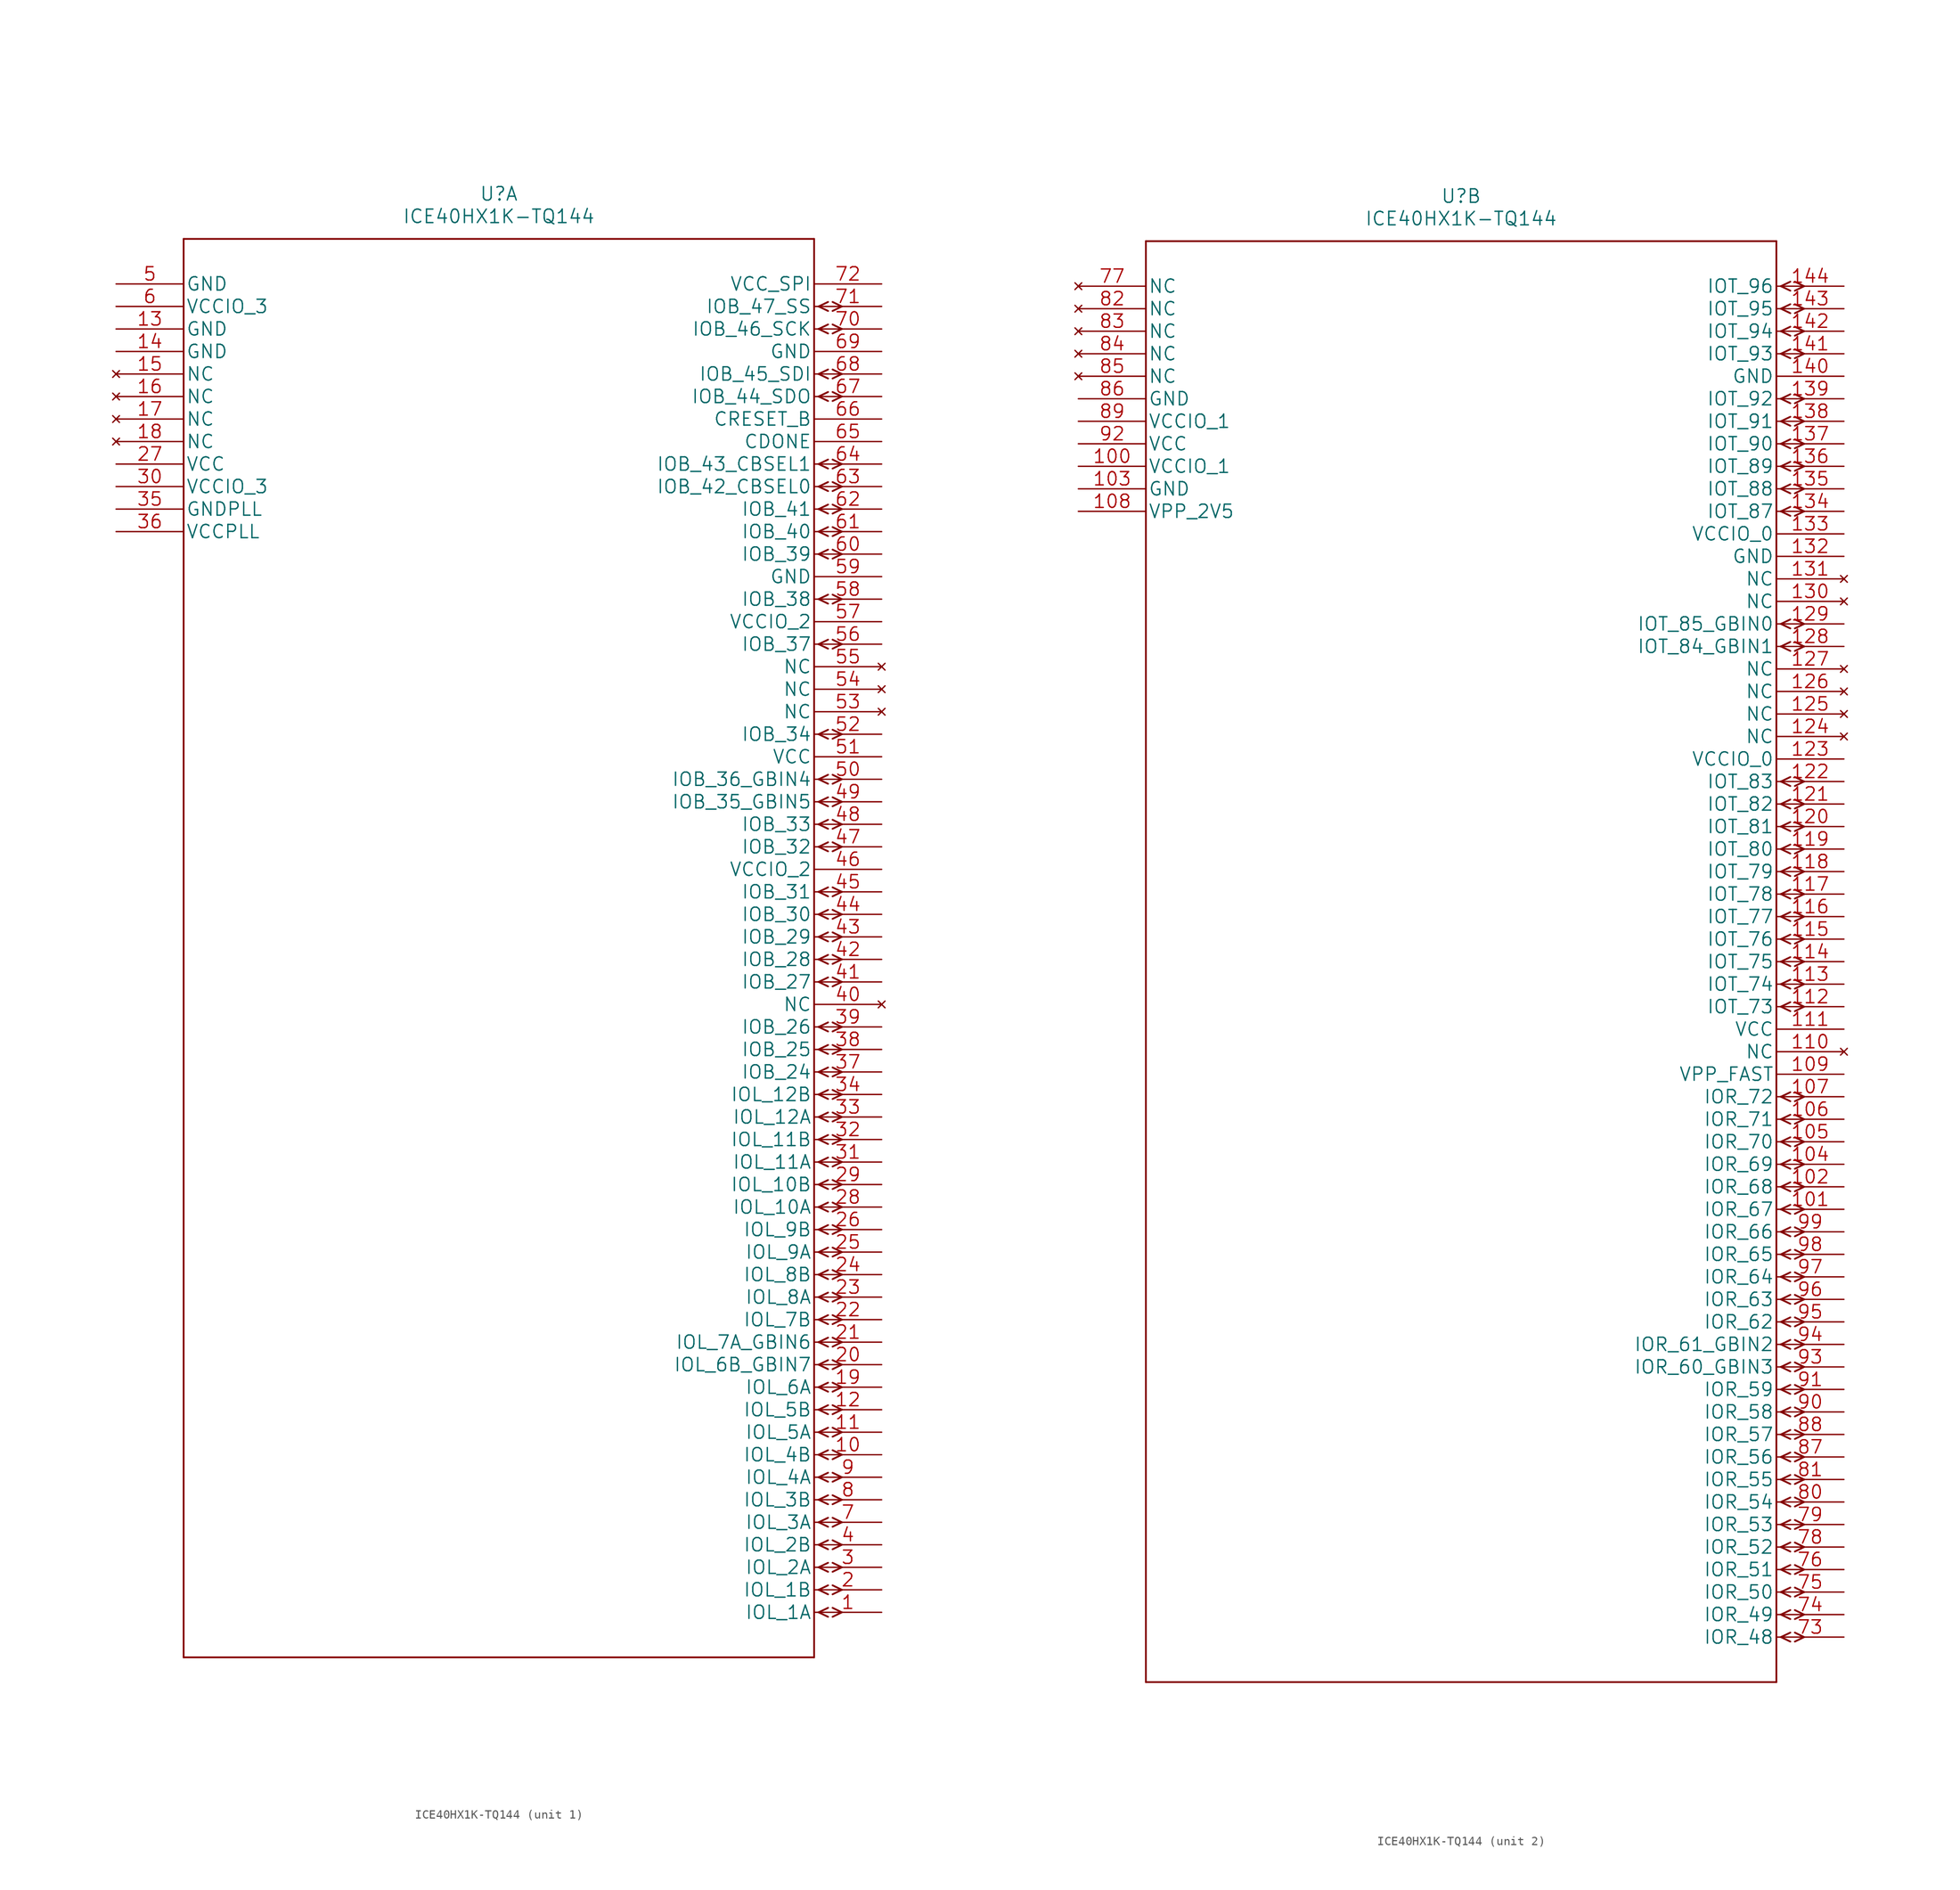
<source format=kicad_sym>
(kicad_symbol_lib
  (version 20220914)
  (generator kicad_symbol_editor)
  (symbol "ICE40HX1K-TQ144"
    (pin_names
      (offset 0.254))
    (property "Reference" "U"
      (at 43.18 10.16 0)
      (effects (font (size 1.524 1.524))))
    (property "Value" "ICE40HX1K-TQ144"
      (at 43.18 7.62 0)
      (effects (font (size 1.524 1.524))))
    (property "Datasheet" ""
      (at 0 0 0)
      (effects (font (size 1.524 1.524))))
    (symbol "ICE40HX1K-TQ144_1_1"
      (polyline (pts (xy 7.62 -154.94) (xy 78.74 -154.94)) (stroke (width 0.203) (type solid)) (fill (type none)))
      (polyline (pts (xy 7.62 5.08) (xy 7.62 -154.94)) (stroke (width 0.203) (type solid)) (fill (type none)))
      (polyline (pts (xy 78.74 -154.94) (xy 78.74 5.08)) (stroke (width 0.203) (type solid)) (fill (type none)))
      (polyline (pts (xy 78.74 5.08) (xy 7.62 5.08)) (stroke (width 0.203) (type solid)) (fill (type none)))
      (polyline (pts (xy 79.248 -149.86) (xy 80.315 -150.368)) (stroke (width 0.203) (type solid)) (fill (type none)))
      (polyline (pts (xy 79.248 -149.86) (xy 80.315 -149.352)) (stroke (width 0.203) (type solid)) (fill (type none)))
      (polyline (pts (xy 79.248 -147.32) (xy 80.315 -147.828)) (stroke (width 0.203) (type solid)) (fill (type none)))
      (polyline (pts (xy 79.248 -147.32) (xy 80.315 -146.812)) (stroke (width 0.203) (type solid)) (fill (type none)))
      (polyline (pts (xy 79.248 -144.78) (xy 80.315 -145.288)) (stroke (width 0.203) (type solid)) (fill (type none)))
      (polyline (pts (xy 79.248 -144.78) (xy 80.315 -144.272)) (stroke (width 0.203) (type solid)) (fill (type none)))
      (polyline (pts (xy 79.248 -142.24) (xy 80.315 -142.748)) (stroke (width 0.203) (type solid)) (fill (type none)))
      (polyline (pts (xy 79.248 -142.24) (xy 80.315 -141.732)) (stroke (width 0.203) (type solid)) (fill (type none)))
      (polyline (pts (xy 79.248 -139.7) (xy 80.315 -140.208)) (stroke (width 0.203) (type solid)) (fill (type none)))
      (polyline (pts (xy 79.248 -139.7) (xy 80.315 -139.192)) (stroke (width 0.203) (type solid)) (fill (type none)))
      (polyline (pts (xy 79.248 -137.16) (xy 80.315 -137.668)) (stroke (width 0.203) (type solid)) (fill (type none)))
      (polyline (pts (xy 79.248 -137.16) (xy 80.315 -136.652)) (stroke (width 0.203) (type solid)) (fill (type none)))
      (polyline (pts (xy 79.248 -134.62) (xy 80.315 -135.128)) (stroke (width 0.203) (type solid)) (fill (type none)))
      (polyline (pts (xy 79.248 -134.62) (xy 80.315 -134.112)) (stroke (width 0.203) (type solid)) (fill (type none)))
      (polyline (pts (xy 79.248 -132.08) (xy 80.315 -132.588)) (stroke (width 0.203) (type solid)) (fill (type none)))
      (polyline (pts (xy 79.248 -132.08) (xy 80.315 -131.572)) (stroke (width 0.203) (type solid)) (fill (type none)))
      (polyline (pts (xy 79.248 -129.54) (xy 80.315 -130.048)) (stroke (width 0.203) (type solid)) (fill (type none)))
      (polyline (pts (xy 79.248 -129.54) (xy 80.315 -129.032)) (stroke (width 0.203) (type solid)) (fill (type none)))
      (polyline (pts (xy 79.248 -127) (xy 80.315 -127.508)) (stroke (width 0.203) (type solid)) (fill (type none)))
      (polyline (pts (xy 79.248 -127) (xy 80.315 -126.492)) (stroke (width 0.203) (type solid)) (fill (type none)))
      (polyline (pts (xy 79.248 -124.46) (xy 80.315 -124.968)) (stroke (width 0.203) (type solid)) (fill (type none)))
      (polyline (pts (xy 79.248 -124.46) (xy 80.315 -123.952)) (stroke (width 0.203) (type solid)) (fill (type none)))
      (polyline (pts (xy 79.248 -121.92) (xy 80.315 -122.428)) (stroke (width 0.203) (type solid)) (fill (type none)))
      (polyline (pts (xy 79.248 -121.92) (xy 80.315 -121.412)) (stroke (width 0.203) (type solid)) (fill (type none)))
      (polyline (pts (xy 79.248 -119.38) (xy 80.315 -119.888)) (stroke (width 0.203) (type solid)) (fill (type none)))
      (polyline (pts (xy 79.248 -119.38) (xy 80.315 -118.872)) (stroke (width 0.203) (type solid)) (fill (type none)))
      (polyline (pts (xy 79.248 -116.84) (xy 80.315 -117.348)) (stroke (width 0.203) (type solid)) (fill (type none)))
      (polyline (pts (xy 79.248 -116.84) (xy 80.315 -116.332)) (stroke (width 0.203) (type solid)) (fill (type none)))
      (polyline (pts (xy 79.248 -114.3) (xy 80.315 -114.808)) (stroke (width 0.203) (type solid)) (fill (type none)))
      (polyline (pts (xy 79.248 -114.3) (xy 80.315 -113.792)) (stroke (width 0.203) (type solid)) (fill (type none)))
      (polyline (pts (xy 79.248 -111.76) (xy 80.315 -112.268)) (stroke (width 0.203) (type solid)) (fill (type none)))
      (polyline (pts (xy 79.248 -111.76) (xy 80.315 -111.252)) (stroke (width 0.203) (type solid)) (fill (type none)))
      (polyline (pts (xy 79.248 -109.22) (xy 80.315 -109.728)) (stroke (width 0.203) (type solid)) (fill (type none)))
      (polyline (pts (xy 79.248 -109.22) (xy 80.315 -108.712)) (stroke (width 0.203) (type solid)) (fill (type none)))
      (polyline (pts (xy 79.248 -106.68) (xy 80.315 -107.188)) (stroke (width 0.203) (type solid)) (fill (type none)))
      (polyline (pts (xy 79.248 -106.68) (xy 80.315 -106.172)) (stroke (width 0.203) (type solid)) (fill (type none)))
      (polyline (pts (xy 79.248 -104.14) (xy 80.315 -104.648)) (stroke (width 0.203) (type solid)) (fill (type none)))
      (polyline (pts (xy 79.248 -104.14) (xy 80.315 -103.632)) (stroke (width 0.203) (type solid)) (fill (type none)))
      (polyline (pts (xy 79.248 -101.6) (xy 80.315 -102.108)) (stroke (width 0.203) (type solid)) (fill (type none)))
      (polyline (pts (xy 79.248 -101.6) (xy 80.315 -101.092)) (stroke (width 0.203) (type solid)) (fill (type none)))
      (polyline (pts (xy 79.248 -99.06) (xy 80.315 -99.568)) (stroke (width 0.203) (type solid)) (fill (type none)))
      (polyline (pts (xy 79.248 -99.06) (xy 80.315 -98.552)) (stroke (width 0.203) (type solid)) (fill (type none)))
      (polyline (pts (xy 79.248 -96.52) (xy 80.315 -97.028)) (stroke (width 0.203) (type solid)) (fill (type none)))
      (polyline (pts (xy 79.248 -96.52) (xy 80.315 -96.012)) (stroke (width 0.203) (type solid)) (fill (type none)))
      (polyline (pts (xy 79.248 -93.98) (xy 80.315 -94.488)) (stroke (width 0.203) (type solid)) (fill (type none)))
      (polyline (pts (xy 79.248 -93.98) (xy 80.315 -93.472)) (stroke (width 0.203) (type solid)) (fill (type none)))
      (polyline (pts (xy 79.248 -91.44) (xy 80.315 -91.948)) (stroke (width 0.203) (type solid)) (fill (type none)))
      (polyline (pts (xy 79.248 -91.44) (xy 80.315 -90.932)) (stroke (width 0.203) (type solid)) (fill (type none)))
      (polyline (pts (xy 79.248 -88.9) (xy 80.315 -89.408)) (stroke (width 0.203) (type solid)) (fill (type none)))
      (polyline (pts (xy 79.248 -88.9) (xy 80.315 -88.392)) (stroke (width 0.203) (type solid)) (fill (type none)))
      (polyline (pts (xy 79.248 -86.36) (xy 80.315 -86.868)) (stroke (width 0.203) (type solid)) (fill (type none)))
      (polyline (pts (xy 79.248 -86.36) (xy 80.315 -85.852)) (stroke (width 0.203) (type solid)) (fill (type none)))
      (polyline (pts (xy 79.248 -83.82) (xy 80.315 -84.328)) (stroke (width 0.203) (type solid)) (fill (type none)))
      (polyline (pts (xy 79.248 -83.82) (xy 80.315 -83.312)) (stroke (width 0.203) (type solid)) (fill (type none)))
      (polyline (pts (xy 79.248 -78.74) (xy 80.315 -79.248)) (stroke (width 0.203) (type solid)) (fill (type none)))
      (polyline (pts (xy 79.248 -78.74) (xy 80.315 -78.232)) (stroke (width 0.203) (type solid)) (fill (type none)))
      (polyline (pts (xy 79.248 -76.2) (xy 80.315 -76.708)) (stroke (width 0.203) (type solid)) (fill (type none)))
      (polyline (pts (xy 79.248 -76.2) (xy 80.315 -75.692)) (stroke (width 0.203) (type solid)) (fill (type none)))
      (polyline (pts (xy 79.248 -73.66) (xy 80.315 -74.168)) (stroke (width 0.203) (type solid)) (fill (type none)))
      (polyline (pts (xy 79.248 -73.66) (xy 80.315 -73.152)) (stroke (width 0.203) (type solid)) (fill (type none)))
      (polyline (pts (xy 79.248 -71.12) (xy 80.315 -71.628)) (stroke (width 0.203) (type solid)) (fill (type none)))
      (polyline (pts (xy 79.248 -71.12) (xy 80.315 -70.612)) (stroke (width 0.203) (type solid)) (fill (type none)))
      (polyline (pts (xy 79.248 -68.58) (xy 80.315 -69.088)) (stroke (width 0.203) (type solid)) (fill (type none)))
      (polyline (pts (xy 79.248 -68.58) (xy 80.315 -68.072)) (stroke (width 0.203) (type solid)) (fill (type none)))
      (polyline (pts (xy 79.248 -63.5) (xy 80.315 -64.008)) (stroke (width 0.203) (type solid)) (fill (type none)))
      (polyline (pts (xy 79.248 -63.5) (xy 80.315 -62.992)) (stroke (width 0.203) (type solid)) (fill (type none)))
      (polyline (pts (xy 79.248 -60.96) (xy 80.315 -61.468)) (stroke (width 0.203) (type solid)) (fill (type none)))
      (polyline (pts (xy 79.248 -60.96) (xy 80.315 -60.452)) (stroke (width 0.203) (type solid)) (fill (type none)))
      (polyline (pts (xy 79.248 -58.42) (xy 80.315 -58.928)) (stroke (width 0.203) (type solid)) (fill (type none)))
      (polyline (pts (xy 79.248 -58.42) (xy 80.315 -57.912)) (stroke (width 0.203) (type solid)) (fill (type none)))
      (polyline (pts (xy 79.248 -55.88) (xy 80.315 -56.388)) (stroke (width 0.203) (type solid)) (fill (type none)))
      (polyline (pts (xy 79.248 -55.88) (xy 80.315 -55.372)) (stroke (width 0.203) (type solid)) (fill (type none)))
      (polyline (pts (xy 79.248 -50.8) (xy 80.315 -51.308)) (stroke (width 0.203) (type solid)) (fill (type none)))
      (polyline (pts (xy 79.248 -50.8) (xy 80.315 -50.292)) (stroke (width 0.203) (type solid)) (fill (type none)))
      (polyline (pts (xy 79.248 -40.64) (xy 80.315 -41.148)) (stroke (width 0.203) (type solid)) (fill (type none)))
      (polyline (pts (xy 79.248 -40.64) (xy 80.315 -40.132)) (stroke (width 0.203) (type solid)) (fill (type none)))
      (polyline (pts (xy 79.248 -35.56) (xy 80.315 -36.068)) (stroke (width 0.203) (type solid)) (fill (type none)))
      (polyline (pts (xy 79.248 -35.56) (xy 80.315 -35.052)) (stroke (width 0.203) (type solid)) (fill (type none)))
      (polyline (pts (xy 79.248 -30.48) (xy 80.315 -30.988)) (stroke (width 0.203) (type solid)) (fill (type none)))
      (polyline (pts (xy 79.248 -30.48) (xy 80.315 -29.972)) (stroke (width 0.203) (type solid)) (fill (type none)))
      (polyline (pts (xy 79.248 -27.94) (xy 80.315 -28.448)) (stroke (width 0.203) (type solid)) (fill (type none)))
      (polyline (pts (xy 79.248 -27.94) (xy 80.315 -27.432)) (stroke (width 0.203) (type solid)) (fill (type none)))
      (polyline (pts (xy 79.248 -25.4) (xy 80.315 -25.908)) (stroke (width 0.203) (type solid)) (fill (type none)))
      (polyline (pts (xy 79.248 -25.4) (xy 80.315 -24.892)) (stroke (width 0.203) (type solid)) (fill (type none)))
      (polyline (pts (xy 79.248 -22.86) (xy 80.315 -23.368)) (stroke (width 0.203) (type solid)) (fill (type none)))
      (polyline (pts (xy 79.248 -22.86) (xy 80.315 -22.352)) (stroke (width 0.203) (type solid)) (fill (type none)))
      (polyline (pts (xy 79.248 -20.32) (xy 80.315 -20.828)) (stroke (width 0.203) (type solid)) (fill (type none)))
      (polyline (pts (xy 79.248 -20.32) (xy 80.315 -19.812)) (stroke (width 0.203) (type solid)) (fill (type none)))
      (polyline (pts (xy 79.248 -12.7) (xy 80.315 -13.208)) (stroke (width 0.203) (type solid)) (fill (type none)))
      (polyline (pts (xy 79.248 -12.7) (xy 80.315 -12.192)) (stroke (width 0.203) (type solid)) (fill (type none)))
      (polyline (pts (xy 79.248 -10.16) (xy 80.315 -10.668)) (stroke (width 0.203) (type solid)) (fill (type none)))
      (polyline (pts (xy 79.248 -10.16) (xy 80.315 -9.652)) (stroke (width 0.203) (type solid)) (fill (type none)))
      (polyline (pts (xy 79.248 -5.08) (xy 80.315 -5.588)) (stroke (width 0.203) (type solid)) (fill (type none)))
      (polyline (pts (xy 79.248 -5.08) (xy 80.315 -4.572)) (stroke (width 0.203) (type solid)) (fill (type none)))
      (polyline (pts (xy 79.248 -2.54) (xy 80.315 -3.048)) (stroke (width 0.203) (type solid)) (fill (type none)))
      (polyline (pts (xy 79.248 -2.54) (xy 80.315 -2.032)) (stroke (width 0.203) (type solid)) (fill (type none)))
      (polyline (pts (xy 80.823 -150.368) (xy 81.864 -149.86)) (stroke (width 0.203) (type solid)) (fill (type none)))
      (polyline (pts (xy 80.823 -149.352) (xy 81.864 -149.86)) (stroke (width 0.203) (type solid)) (fill (type none)))
      (polyline (pts (xy 80.823 -147.828) (xy 81.864 -147.32)) (stroke (width 0.203) (type solid)) (fill (type none)))
      (polyline (pts (xy 80.823 -146.812) (xy 81.864 -147.32)) (stroke (width 0.203) (type solid)) (fill (type none)))
      (polyline (pts (xy 80.823 -145.288) (xy 81.864 -144.78)) (stroke (width 0.203) (type solid)) (fill (type none)))
      (polyline (pts (xy 80.823 -144.272) (xy 81.864 -144.78)) (stroke (width 0.203) (type solid)) (fill (type none)))
      (polyline (pts (xy 80.823 -142.748) (xy 81.864 -142.24)) (stroke (width 0.203) (type solid)) (fill (type none)))
      (polyline (pts (xy 80.823 -141.732) (xy 81.864 -142.24)) (stroke (width 0.203) (type solid)) (fill (type none)))
      (polyline (pts (xy 80.823 -140.208) (xy 81.864 -139.7)) (stroke (width 0.203) (type solid)) (fill (type none)))
      (polyline (pts (xy 80.823 -139.192) (xy 81.864 -139.7)) (stroke (width 0.203) (type solid)) (fill (type none)))
      (polyline (pts (xy 80.823 -137.668) (xy 81.864 -137.16)) (stroke (width 0.203) (type solid)) (fill (type none)))
      (polyline (pts (xy 80.823 -136.652) (xy 81.864 -137.16)) (stroke (width 0.203) (type solid)) (fill (type none)))
      (polyline (pts (xy 80.823 -135.128) (xy 81.864 -134.62)) (stroke (width 0.203) (type solid)) (fill (type none)))
      (polyline (pts (xy 80.823 -134.112) (xy 81.864 -134.62)) (stroke (width 0.203) (type solid)) (fill (type none)))
      (polyline (pts (xy 80.823 -132.588) (xy 81.864 -132.08)) (stroke (width 0.203) (type solid)) (fill (type none)))
      (polyline (pts (xy 80.823 -131.572) (xy 81.864 -132.08)) (stroke (width 0.203) (type solid)) (fill (type none)))
      (polyline (pts (xy 80.823 -130.048) (xy 81.864 -129.54)) (stroke (width 0.203) (type solid)) (fill (type none)))
      (polyline (pts (xy 80.823 -129.032) (xy 81.864 -129.54)) (stroke (width 0.203) (type solid)) (fill (type none)))
      (polyline (pts (xy 80.823 -127.508) (xy 81.864 -127)) (stroke (width 0.203) (type solid)) (fill (type none)))
      (polyline (pts (xy 80.823 -126.492) (xy 81.864 -127)) (stroke (width 0.203) (type solid)) (fill (type none)))
      (polyline (pts (xy 80.823 -124.968) (xy 81.864 -124.46)) (stroke (width 0.203) (type solid)) (fill (type none)))
      (polyline (pts (xy 80.823 -123.952) (xy 81.864 -124.46)) (stroke (width 0.203) (type solid)) (fill (type none)))
      (polyline (pts (xy 80.823 -122.428) (xy 81.864 -121.92)) (stroke (width 0.203) (type solid)) (fill (type none)))
      (polyline (pts (xy 80.823 -121.412) (xy 81.864 -121.92)) (stroke (width 0.203) (type solid)) (fill (type none)))
      (polyline (pts (xy 80.823 -119.888) (xy 81.864 -119.38)) (stroke (width 0.203) (type solid)) (fill (type none)))
      (polyline (pts (xy 80.823 -118.872) (xy 81.864 -119.38)) (stroke (width 0.203) (type solid)) (fill (type none)))
      (polyline (pts (xy 80.823 -117.348) (xy 81.864 -116.84)) (stroke (width 0.203) (type solid)) (fill (type none)))
      (polyline (pts (xy 80.823 -116.332) (xy 81.864 -116.84)) (stroke (width 0.203) (type solid)) (fill (type none)))
      (polyline (pts (xy 80.823 -114.808) (xy 81.864 -114.3)) (stroke (width 0.203) (type solid)) (fill (type none)))
      (polyline (pts (xy 80.823 -113.792) (xy 81.864 -114.3)) (stroke (width 0.203) (type solid)) (fill (type none)))
      (polyline (pts (xy 80.823 -112.268) (xy 81.864 -111.76)) (stroke (width 0.203) (type solid)) (fill (type none)))
      (polyline (pts (xy 80.823 -111.252) (xy 81.864 -111.76)) (stroke (width 0.203) (type solid)) (fill (type none)))
      (polyline (pts (xy 80.823 -109.728) (xy 81.864 -109.22)) (stroke (width 0.203) (type solid)) (fill (type none)))
      (polyline (pts (xy 80.823 -108.712) (xy 81.864 -109.22)) (stroke (width 0.203) (type solid)) (fill (type none)))
      (polyline (pts (xy 80.823 -107.188) (xy 81.864 -106.68)) (stroke (width 0.203) (type solid)) (fill (type none)))
      (polyline (pts (xy 80.823 -106.172) (xy 81.864 -106.68)) (stroke (width 0.203) (type solid)) (fill (type none)))
      (polyline (pts (xy 80.823 -104.648) (xy 81.864 -104.14)) (stroke (width 0.203) (type solid)) (fill (type none)))
      (polyline (pts (xy 80.823 -103.632) (xy 81.864 -104.14)) (stroke (width 0.203) (type solid)) (fill (type none)))
      (polyline (pts (xy 80.823 -102.108) (xy 81.864 -101.6)) (stroke (width 0.203) (type solid)) (fill (type none)))
      (polyline (pts (xy 80.823 -101.092) (xy 81.864 -101.6)) (stroke (width 0.203) (type solid)) (fill (type none)))
      (polyline (pts (xy 80.823 -99.568) (xy 81.864 -99.06)) (stroke (width 0.203) (type solid)) (fill (type none)))
      (polyline (pts (xy 80.823 -98.552) (xy 81.864 -99.06)) (stroke (width 0.203) (type solid)) (fill (type none)))
      (polyline (pts (xy 80.823 -97.028) (xy 81.864 -96.52)) (stroke (width 0.203) (type solid)) (fill (type none)))
      (polyline (pts (xy 80.823 -96.012) (xy 81.864 -96.52)) (stroke (width 0.203) (type solid)) (fill (type none)))
      (polyline (pts (xy 80.823 -94.488) (xy 81.864 -93.98)) (stroke (width 0.203) (type solid)) (fill (type none)))
      (polyline (pts (xy 80.823 -93.472) (xy 81.864 -93.98)) (stroke (width 0.203) (type solid)) (fill (type none)))
      (polyline (pts (xy 80.823 -91.948) (xy 81.864 -91.44)) (stroke (width 0.203) (type solid)) (fill (type none)))
      (polyline (pts (xy 80.823 -90.932) (xy 81.864 -91.44)) (stroke (width 0.203) (type solid)) (fill (type none)))
      (polyline (pts (xy 80.823 -89.408) (xy 81.864 -88.9)) (stroke (width 0.203) (type solid)) (fill (type none)))
      (polyline (pts (xy 80.823 -88.392) (xy 81.864 -88.9)) (stroke (width 0.203) (type solid)) (fill (type none)))
      (polyline (pts (xy 80.823 -86.868) (xy 81.864 -86.36)) (stroke (width 0.203) (type solid)) (fill (type none)))
      (polyline (pts (xy 80.823 -85.852) (xy 81.864 -86.36)) (stroke (width 0.203) (type solid)) (fill (type none)))
      (polyline (pts (xy 80.823 -84.328) (xy 81.864 -83.82)) (stroke (width 0.203) (type solid)) (fill (type none)))
      (polyline (pts (xy 80.823 -83.312) (xy 81.864 -83.82)) (stroke (width 0.203) (type solid)) (fill (type none)))
      (polyline (pts (xy 80.823 -79.248) (xy 81.864 -78.74)) (stroke (width 0.203) (type solid)) (fill (type none)))
      (polyline (pts (xy 80.823 -78.232) (xy 81.864 -78.74)) (stroke (width 0.203) (type solid)) (fill (type none)))
      (polyline (pts (xy 80.823 -76.708) (xy 81.864 -76.2)) (stroke (width 0.203) (type solid)) (fill (type none)))
      (polyline (pts (xy 80.823 -75.692) (xy 81.864 -76.2)) (stroke (width 0.203) (type solid)) (fill (type none)))
      (polyline (pts (xy 80.823 -74.168) (xy 81.864 -73.66)) (stroke (width 0.203) (type solid)) (fill (type none)))
      (polyline (pts (xy 80.823 -73.152) (xy 81.864 -73.66)) (stroke (width 0.203) (type solid)) (fill (type none)))
      (polyline (pts (xy 80.823 -71.628) (xy 81.864 -71.12)) (stroke (width 0.203) (type solid)) (fill (type none)))
      (polyline (pts (xy 80.823 -70.612) (xy 81.864 -71.12)) (stroke (width 0.203) (type solid)) (fill (type none)))
      (polyline (pts (xy 80.823 -69.088) (xy 81.864 -68.58)) (stroke (width 0.203) (type solid)) (fill (type none)))
      (polyline (pts (xy 80.823 -68.072) (xy 81.864 -68.58)) (stroke (width 0.203) (type solid)) (fill (type none)))
      (polyline (pts (xy 80.823 -64.008) (xy 81.864 -63.5)) (stroke (width 0.203) (type solid)) (fill (type none)))
      (polyline (pts (xy 80.823 -62.992) (xy 81.864 -63.5)) (stroke (width 0.203) (type solid)) (fill (type none)))
      (polyline (pts (xy 80.823 -61.468) (xy 81.864 -60.96)) (stroke (width 0.203) (type solid)) (fill (type none)))
      (polyline (pts (xy 80.823 -60.452) (xy 81.864 -60.96)) (stroke (width 0.203) (type solid)) (fill (type none)))
      (polyline (pts (xy 80.823 -58.928) (xy 81.864 -58.42)) (stroke (width 0.203) (type solid)) (fill (type none)))
      (polyline (pts (xy 80.823 -57.912) (xy 81.864 -58.42)) (stroke (width 0.203) (type solid)) (fill (type none)))
      (polyline (pts (xy 80.823 -56.388) (xy 81.864 -55.88)) (stroke (width 0.203) (type solid)) (fill (type none)))
      (polyline (pts (xy 80.823 -55.372) (xy 81.864 -55.88)) (stroke (width 0.203) (type solid)) (fill (type none)))
      (polyline (pts (xy 80.823 -51.308) (xy 81.864 -50.8)) (stroke (width 0.203) (type solid)) (fill (type none)))
      (polyline (pts (xy 80.823 -50.292) (xy 81.864 -50.8)) (stroke (width 0.203) (type solid)) (fill (type none)))
      (polyline (pts (xy 80.823 -41.148) (xy 81.864 -40.64)) (stroke (width 0.203) (type solid)) (fill (type none)))
      (polyline (pts (xy 80.823 -40.132) (xy 81.864 -40.64)) (stroke (width 0.203) (type solid)) (fill (type none)))
      (polyline (pts (xy 80.823 -36.068) (xy 81.864 -35.56)) (stroke (width 0.203) (type solid)) (fill (type none)))
      (polyline (pts (xy 80.823 -35.052) (xy 81.864 -35.56)) (stroke (width 0.203) (type solid)) (fill (type none)))
      (polyline (pts (xy 80.823 -30.988) (xy 81.864 -30.48)) (stroke (width 0.203) (type solid)) (fill (type none)))
      (polyline (pts (xy 80.823 -29.972) (xy 81.864 -30.48)) (stroke (width 0.203) (type solid)) (fill (type none)))
      (polyline (pts (xy 80.823 -28.448) (xy 81.864 -27.94)) (stroke (width 0.203) (type solid)) (fill (type none)))
      (polyline (pts (xy 80.823 -27.432) (xy 81.864 -27.94)) (stroke (width 0.203) (type solid)) (fill (type none)))
      (polyline (pts (xy 80.823 -25.908) (xy 81.864 -25.4)) (stroke (width 0.203) (type solid)) (fill (type none)))
      (polyline (pts (xy 80.823 -24.892) (xy 81.864 -25.4)) (stroke (width 0.203) (type solid)) (fill (type none)))
      (polyline (pts (xy 80.823 -23.368) (xy 81.864 -22.86)) (stroke (width 0.203) (type solid)) (fill (type none)))
      (polyline (pts (xy 80.823 -22.352) (xy 81.864 -22.86)) (stroke (width 0.203) (type solid)) (fill (type none)))
      (polyline (pts (xy 80.823 -20.828) (xy 81.864 -20.32)) (stroke (width 0.203) (type solid)) (fill (type none)))
      (polyline (pts (xy 80.823 -19.812) (xy 81.864 -20.32)) (stroke (width 0.203) (type solid)) (fill (type none)))
      (polyline (pts (xy 80.823 -13.208) (xy 81.864 -12.7)) (stroke (width 0.203) (type solid)) (fill (type none)))
      (polyline (pts (xy 80.823 -12.192) (xy 81.864 -12.7)) (stroke (width 0.203) (type solid)) (fill (type none)))
      (polyline (pts (xy 80.823 -10.668) (xy 81.864 -10.16)) (stroke (width 0.203) (type solid)) (fill (type none)))
      (polyline (pts (xy 80.823 -9.652) (xy 81.864 -10.16)) (stroke (width 0.203) (type solid)) (fill (type none)))
      (polyline (pts (xy 80.823 -5.588) (xy 81.864 -5.08)) (stroke (width 0.203) (type solid)) (fill (type none)))
      (polyline (pts (xy 80.823 -4.572) (xy 81.864 -5.08)) (stroke (width 0.203) (type solid)) (fill (type none)))
      (polyline (pts (xy 80.823 -3.048) (xy 81.864 -2.54)) (stroke (width 0.203) (type solid)) (fill (type none)))
      (polyline (pts (xy 80.823 -2.032) (xy 81.864 -2.54)) (stroke (width 0.203) (type solid)) (fill (type none)))
      (pin bidirectional line (at 86.36 -149.86 180) (length 7.62) (name "IOL_1A" (effects (font (size 1.499 1.499)))) (number "1" (effects (font (size 1.499 1.499)))))
      (pin bidirectional line (at 86.36 -132.08 180) (length 7.62) (name "IOL_4B" (effects (font (size 1.499 1.499)))) (number "10" (effects (font (size 1.499 1.499)))))
      (pin bidirectional line (at 86.36 -129.54 180) (length 7.62) (name "IOL_5A" (effects (font (size 1.499 1.499)))) (number "11" (effects (font (size 1.499 1.499)))))
      (pin bidirectional line (at 86.36 -127 180) (length 7.62) (name "IOL_5B" (effects (font (size 1.499 1.499)))) (number "12" (effects (font (size 1.499 1.499)))))
      (pin power_in line (at 0 -5.08 0) (length 7.62) (name "GND" (effects (font (size 1.499 1.499)))) (number "13" (effects (font (size 1.499 1.499)))))
      (pin power_in line (at 0 -7.62 0) (length 7.62) (name "GND" (effects (font (size 1.499 1.499)))) (number "14" (effects (font (size 1.499 1.499)))))
      (pin no_connect line (at 0 -10.16 0) (length 7.62) (name "NC" (effects (font (size 1.499 1.499)))) (number "15" (effects (font (size 1.499 1.499)))))
      (pin no_connect line (at 0 -12.7 0) (length 7.62) (name "NC" (effects (font (size 1.499 1.499)))) (number "16" (effects (font (size 1.499 1.499)))))
      (pin no_connect line (at 0 -15.24 0) (length 7.62) (name "NC" (effects (font (size 1.499 1.499)))) (number "17" (effects (font (size 1.499 1.499)))))
      (pin no_connect line (at 0 -17.78 0) (length 7.62) (name "NC" (effects (font (size 1.499 1.499)))) (number "18" (effects (font (size 1.499 1.499)))))
      (pin bidirectional line (at 86.36 -124.46 180) (length 7.62) (name "IOL_6A" (effects (font (size 1.499 1.499)))) (number "19" (effects (font (size 1.499 1.499)))))
      (pin bidirectional line (at 86.36 -147.32 180) (length 7.62) (name "IOL_1B" (effects (font (size 1.499 1.499)))) (number "2" (effects (font (size 1.499 1.499)))))
      (pin bidirectional line (at 86.36 -121.92 180) (length 7.62) (name "IOL_6B_GBIN7" (effects (font (size 1.499 1.499)))) (number "20" (effects (font (size 1.499 1.499)))))
      (pin bidirectional line (at 86.36 -119.38 180) (length 7.62) (name "IOL_7A_GBIN6" (effects (font (size 1.499 1.499)))) (number "21" (effects (font (size 1.499 1.499)))))
      (pin bidirectional line (at 86.36 -116.84 180) (length 7.62) (name "IOL_7B" (effects (font (size 1.499 1.499)))) (number "22" (effects (font (size 1.499 1.499)))))
      (pin bidirectional line (at 86.36 -114.3 180) (length 7.62) (name "IOL_8A" (effects (font (size 1.499 1.499)))) (number "23" (effects (font (size 1.499 1.499)))))
      (pin bidirectional line (at 86.36 -111.76 180) (length 7.62) (name "IOL_8B" (effects (font (size 1.499 1.499)))) (number "24" (effects (font (size 1.499 1.499)))))
      (pin bidirectional line (at 86.36 -109.22 180) (length 7.62) (name "IOL_9A" (effects (font (size 1.499 1.499)))) (number "25" (effects (font (size 1.499 1.499)))))
      (pin bidirectional line (at 86.36 -106.68 180) (length 7.62) (name "IOL_9B" (effects (font (size 1.499 1.499)))) (number "26" (effects (font (size 1.499 1.499)))))
      (pin power_in line (at 0 -20.32 0) (length 7.62) (name "VCC" (effects (font (size 1.499 1.499)))) (number "27" (effects (font (size 1.499 1.499)))))
      (pin bidirectional line (at 86.36 -104.14 180) (length 7.62) (name "IOL_10A" (effects (font (size 1.499 1.499)))) (number "28" (effects (font (size 1.499 1.499)))))
      (pin bidirectional line (at 86.36 -101.6 180) (length 7.62) (name "IOL_10B" (effects (font (size 1.499 1.499)))) (number "29" (effects (font (size 1.499 1.499)))))
      (pin bidirectional line (at 86.36 -144.78 180) (length 7.62) (name "IOL_2A" (effects (font (size 1.499 1.499)))) (number "3" (effects (font (size 1.499 1.499)))))
      (pin power_in line (at 0 -22.86 0) (length 7.62) (name "VCCIO_3" (effects (font (size 1.499 1.499)))) (number "30" (effects (font (size 1.499 1.499)))))
      (pin bidirectional line (at 86.36 -99.06 180) (length 7.62) (name "IOL_11A" (effects (font (size 1.499 1.499)))) (number "31" (effects (font (size 1.499 1.499)))))
      (pin bidirectional line (at 86.36 -96.52 180) (length 7.62) (name "IOL_11B" (effects (font (size 1.499 1.499)))) (number "32" (effects (font (size 1.499 1.499)))))
      (pin bidirectional line (at 86.36 -93.98 180) (length 7.62) (name "IOL_12A" (effects (font (size 1.499 1.499)))) (number "33" (effects (font (size 1.499 1.499)))))
      (pin bidirectional line (at 86.36 -91.44 180) (length 7.62) (name "IOL_12B" (effects (font (size 1.499 1.499)))) (number "34" (effects (font (size 1.499 1.499)))))
      (pin power_in line (at 0 -25.4 0) (length 7.62) (name "GNDPLL" (effects (font (size 1.499 1.499)))) (number "35" (effects (font (size 1.499 1.499)))))
      (pin power_in line (at 0 -27.94 0) (length 7.62) (name "VCCPLL" (effects (font (size 1.499 1.499)))) (number "36" (effects (font (size 1.499 1.499)))))
      (pin bidirectional line (at 86.36 -88.9 180) (length 7.62) (name "IOB_24" (effects (font (size 1.499 1.499)))) (number "37" (effects (font (size 1.499 1.499)))))
      (pin bidirectional line (at 86.36 -86.36 180) (length 7.62) (name "IOB_25" (effects (font (size 1.499 1.499)))) (number "38" (effects (font (size 1.499 1.499)))))
      (pin bidirectional line (at 86.36 -83.82 180) (length 7.62) (name "IOB_26" (effects (font (size 1.499 1.499)))) (number "39" (effects (font (size 1.499 1.499)))))
      (pin bidirectional line (at 86.36 -142.24 180) (length 7.62) (name "IOL_2B" (effects (font (size 1.499 1.499)))) (number "4" (effects (font (size 1.499 1.499)))))
      (pin no_connect line (at 86.36 -81.28 180) (length 7.62) (name "NC" (effects (font (size 1.499 1.499)))) (number "40" (effects (font (size 1.499 1.499)))))
      (pin bidirectional line (at 86.36 -78.74 180) (length 7.62) (name "IOB_27" (effects (font (size 1.499 1.499)))) (number "41" (effects (font (size 1.499 1.499)))))
      (pin bidirectional line (at 86.36 -76.2 180) (length 7.62) (name "IOB_28" (effects (font (size 1.499 1.499)))) (number "42" (effects (font (size 1.499 1.499)))))
      (pin bidirectional line (at 86.36 -73.66 180) (length 7.62) (name "IOB_29" (effects (font (size 1.499 1.499)))) (number "43" (effects (font (size 1.499 1.499)))))
      (pin bidirectional line (at 86.36 -71.12 180) (length 7.62) (name "IOB_30" (effects (font (size 1.499 1.499)))) (number "44" (effects (font (size 1.499 1.499)))))
      (pin bidirectional line (at 86.36 -68.58 180) (length 7.62) (name "IOB_31" (effects (font (size 1.499 1.499)))) (number "45" (effects (font (size 1.499 1.499)))))
      (pin power_in line (at 86.36 -66.04 180) (length 7.62) (name "VCCIO_2" (effects (font (size 1.499 1.499)))) (number "46" (effects (font (size 1.499 1.499)))))
      (pin bidirectional line (at 86.36 -63.5 180) (length 7.62) (name "IOB_32" (effects (font (size 1.499 1.499)))) (number "47" (effects (font (size 1.499 1.499)))))
      (pin bidirectional line (at 86.36 -60.96 180) (length 7.62) (name "IOB_33" (effects (font (size 1.499 1.499)))) (number "48" (effects (font (size 1.499 1.499)))))
      (pin bidirectional line (at 86.36 -58.42 180) (length 7.62) (name "IOB_35_GBIN5" (effects (font (size 1.499 1.499)))) (number "49" (effects (font (size 1.499 1.499)))))
      (pin power_in line (at 0 0 0) (length 7.62) (name "GND" (effects (font (size 1.499 1.499)))) (number "5" (effects (font (size 1.499 1.499)))))
      (pin bidirectional line (at 86.36 -55.88 180) (length 7.62) (name "IOB_36_GBIN4" (effects (font (size 1.499 1.499)))) (number "50" (effects (font (size 1.499 1.499)))))
      (pin power_in line (at 86.36 -53.34 180) (length 7.62) (name "VCC" (effects (font (size 1.499 1.499)))) (number "51" (effects (font (size 1.499 1.499)))))
      (pin bidirectional line (at 86.36 -50.8 180) (length 7.62) (name "IOB_34" (effects (font (size 1.499 1.499)))) (number "52" (effects (font (size 1.499 1.499)))))
      (pin no_connect line (at 86.36 -48.26 180) (length 7.62) (name "NC" (effects (font (size 1.499 1.499)))) (number "53" (effects (font (size 1.499 1.499)))))
      (pin no_connect line (at 86.36 -45.72 180) (length 7.62) (name "NC" (effects (font (size 1.499 1.499)))) (number "54" (effects (font (size 1.499 1.499)))))
      (pin no_connect line (at 86.36 -43.18 180) (length 7.62) (name "NC" (effects (font (size 1.499 1.499)))) (number "55" (effects (font (size 1.499 1.499)))))
      (pin bidirectional line (at 86.36 -40.64 180) (length 7.62) (name "IOB_37" (effects (font (size 1.499 1.499)))) (number "56" (effects (font (size 1.499 1.499)))))
      (pin power_in line (at 86.36 -38.1 180) (length 7.62) (name "VCCIO_2" (effects (font (size 1.499 1.499)))) (number "57" (effects (font (size 1.499 1.499)))))
      (pin bidirectional line (at 86.36 -35.56 180) (length 7.62) (name "IOB_38" (effects (font (size 1.499 1.499)))) (number "58" (effects (font (size 1.499 1.499)))))
      (pin power_in line (at 86.36 -33.02 180) (length 7.62) (name "GND" (effects (font (size 1.499 1.499)))) (number "59" (effects (font (size 1.499 1.499)))))
      (pin power_in line (at 0 -2.54 0) (length 7.62) (name "VCCIO_3" (effects (font (size 1.499 1.499)))) (number "6" (effects (font (size 1.499 1.499)))))
      (pin bidirectional line (at 86.36 -30.48 180) (length 7.62) (name "IOB_39" (effects (font (size 1.499 1.499)))) (number "60" (effects (font (size 1.499 1.499)))))
      (pin bidirectional line (at 86.36 -27.94 180) (length 7.62) (name "IOB_40" (effects (font (size 1.499 1.499)))) (number "61" (effects (font (size 1.499 1.499)))))
      (pin bidirectional line (at 86.36 -25.4 180) (length 7.62) (name "IOB_41" (effects (font (size 1.499 1.499)))) (number "62" (effects (font (size 1.499 1.499)))))
      (pin bidirectional line (at 86.36 -22.86 180) (length 7.62) (name "IOB_42_CBSEL0" (effects (font (size 1.499 1.499)))) (number "63" (effects (font (size 1.499 1.499)))))
      (pin bidirectional line (at 86.36 -20.32 180) (length 7.62) (name "IOB_43_CBSEL1" (effects (font (size 1.499 1.499)))) (number "64" (effects (font (size 1.499 1.499)))))
      (pin unspecified line (at 86.36 -17.78 180) (length 7.62) (name "CDONE" (effects (font (size 1.499 1.499)))) (number "65" (effects (font (size 1.499 1.499)))))
      (pin unspecified line (at 86.36 -15.24 180) (length 7.62) (name "CRESET_B" (effects (font (size 1.499 1.499)))) (number "66" (effects (font (size 1.499 1.499)))))
      (pin bidirectional line (at 86.36 -12.7 180) (length 7.62) (name "IOB_44_SDO" (effects (font (size 1.499 1.499)))) (number "67" (effects (font (size 1.499 1.499)))))
      (pin bidirectional line (at 86.36 -10.16 180) (length 7.62) (name "IOB_45_SDI" (effects (font (size 1.499 1.499)))) (number "68" (effects (font (size 1.499 1.499)))))
      (pin power_in line (at 86.36 -7.62 180) (length 7.62) (name "GND" (effects (font (size 1.499 1.499)))) (number "69" (effects (font (size 1.499 1.499)))))
      (pin bidirectional line (at 86.36 -139.7 180) (length 7.62) (name "IOL_3A" (effects (font (size 1.499 1.499)))) (number "7" (effects (font (size 1.499 1.499)))))
      (pin bidirectional line (at 86.36 -5.08 180) (length 7.62) (name "IOB_46_SCK" (effects (font (size 1.499 1.499)))) (number "70" (effects (font (size 1.499 1.499)))))
      (pin bidirectional line (at 86.36 -2.54 180) (length 7.62) (name "IOB_47_SS" (effects (font (size 1.499 1.499)))) (number "71" (effects (font (size 1.499 1.499)))))
      (pin power_in line (at 86.36 0 180) (length 7.62) (name "VCC_SPI" (effects (font (size 1.499 1.499)))) (number "72" (effects (font (size 1.499 1.499)))))
      (pin bidirectional line (at 86.36 -137.16 180) (length 7.62) (name "IOL_3B" (effects (font (size 1.499 1.499)))) (number "8" (effects (font (size 1.499 1.499)))))
      (pin bidirectional line (at 86.36 -134.62 180) (length 7.62) (name "IOL_4A" (effects (font (size 1.499 1.499)))) (number "9" (effects (font (size 1.499 1.499))))))
    (symbol "ICE40HX1K-TQ144_2_1"
      (polyline (pts (xy 7.62 -157.48) (xy 78.74 -157.48)) (stroke (width 0.203) (type solid)) (fill (type none)))
      (polyline (pts (xy 7.62 5.08) (xy 7.62 -157.48)) (stroke (width 0.203) (type solid)) (fill (type none)))
      (polyline (pts (xy 78.74 -157.48) (xy 78.74 5.08)) (stroke (width 0.203) (type solid)) (fill (type none)))
      (polyline (pts (xy 78.74 5.08) (xy 7.62 5.08)) (stroke (width 0.203) (type solid)) (fill (type none)))
      (polyline (pts (xy 79.248 -152.4) (xy 80.315 -152.908)) (stroke (width 0.203) (type solid)) (fill (type none)))
      (polyline (pts (xy 79.248 -152.4) (xy 80.315 -151.892)) (stroke (width 0.203) (type solid)) (fill (type none)))
      (polyline (pts (xy 79.248 -149.86) (xy 80.315 -150.368)) (stroke (width 0.203) (type solid)) (fill (type none)))
      (polyline (pts (xy 79.248 -149.86) (xy 80.315 -149.352)) (stroke (width 0.203) (type solid)) (fill (type none)))
      (polyline (pts (xy 79.248 -147.32) (xy 80.315 -147.828)) (stroke (width 0.203) (type solid)) (fill (type none)))
      (polyline (pts (xy 79.248 -147.32) (xy 80.315 -146.812)) (stroke (width 0.203) (type solid)) (fill (type none)))
      (polyline (pts (xy 79.248 -144.78) (xy 80.315 -145.288)) (stroke (width 0.203) (type solid)) (fill (type none)))
      (polyline (pts (xy 79.248 -144.78) (xy 80.315 -144.272)) (stroke (width 0.203) (type solid)) (fill (type none)))
      (polyline (pts (xy 79.248 -142.24) (xy 80.315 -142.748)) (stroke (width 0.203) (type solid)) (fill (type none)))
      (polyline (pts (xy 79.248 -142.24) (xy 80.315 -141.732)) (stroke (width 0.203) (type solid)) (fill (type none)))
      (polyline (pts (xy 79.248 -139.7) (xy 80.315 -140.208)) (stroke (width 0.203) (type solid)) (fill (type none)))
      (polyline (pts (xy 79.248 -139.7) (xy 80.315 -139.192)) (stroke (width 0.203) (type solid)) (fill (type none)))
      (polyline (pts (xy 79.248 -137.16) (xy 80.315 -137.668)) (stroke (width 0.203) (type solid)) (fill (type none)))
      (polyline (pts (xy 79.248 -137.16) (xy 80.315 -136.652)) (stroke (width 0.203) (type solid)) (fill (type none)))
      (polyline (pts (xy 79.248 -134.62) (xy 80.315 -135.128)) (stroke (width 0.203) (type solid)) (fill (type none)))
      (polyline (pts (xy 79.248 -134.62) (xy 80.315 -134.112)) (stroke (width 0.203) (type solid)) (fill (type none)))
      (polyline (pts (xy 79.248 -132.08) (xy 80.315 -132.588)) (stroke (width 0.203) (type solid)) (fill (type none)))
      (polyline (pts (xy 79.248 -132.08) (xy 80.315 -131.572)) (stroke (width 0.203) (type solid)) (fill (type none)))
      (polyline (pts (xy 79.248 -129.54) (xy 80.315 -130.048)) (stroke (width 0.203) (type solid)) (fill (type none)))
      (polyline (pts (xy 79.248 -129.54) (xy 80.315 -129.032)) (stroke (width 0.203) (type solid)) (fill (type none)))
      (polyline (pts (xy 79.248 -127) (xy 80.315 -127.508)) (stroke (width 0.203) (type solid)) (fill (type none)))
      (polyline (pts (xy 79.248 -127) (xy 80.315 -126.492)) (stroke (width 0.203) (type solid)) (fill (type none)))
      (polyline (pts (xy 79.248 -124.46) (xy 80.315 -124.968)) (stroke (width 0.203) (type solid)) (fill (type none)))
      (polyline (pts (xy 79.248 -124.46) (xy 80.315 -123.952)) (stroke (width 0.203) (type solid)) (fill (type none)))
      (polyline (pts (xy 79.248 -121.92) (xy 80.315 -122.428)) (stroke (width 0.203) (type solid)) (fill (type none)))
      (polyline (pts (xy 79.248 -121.92) (xy 80.315 -121.412)) (stroke (width 0.203) (type solid)) (fill (type none)))
      (polyline (pts (xy 79.248 -119.38) (xy 80.315 -119.888)) (stroke (width 0.203) (type solid)) (fill (type none)))
      (polyline (pts (xy 79.248 -119.38) (xy 80.315 -118.872)) (stroke (width 0.203) (type solid)) (fill (type none)))
      (polyline (pts (xy 79.248 -116.84) (xy 80.315 -117.348)) (stroke (width 0.203) (type solid)) (fill (type none)))
      (polyline (pts (xy 79.248 -116.84) (xy 80.315 -116.332)) (stroke (width 0.203) (type solid)) (fill (type none)))
      (polyline (pts (xy 79.248 -114.3) (xy 80.315 -114.808)) (stroke (width 0.203) (type solid)) (fill (type none)))
      (polyline (pts (xy 79.248 -114.3) (xy 80.315 -113.792)) (stroke (width 0.203) (type solid)) (fill (type none)))
      (polyline (pts (xy 79.248 -111.76) (xy 80.315 -112.268)) (stroke (width 0.203) (type solid)) (fill (type none)))
      (polyline (pts (xy 79.248 -111.76) (xy 80.315 -111.252)) (stroke (width 0.203) (type solid)) (fill (type none)))
      (polyline (pts (xy 79.248 -109.22) (xy 80.315 -109.728)) (stroke (width 0.203) (type solid)) (fill (type none)))
      (polyline (pts (xy 79.248 -109.22) (xy 80.315 -108.712)) (stroke (width 0.203) (type solid)) (fill (type none)))
      (polyline (pts (xy 79.248 -106.68) (xy 80.315 -107.188)) (stroke (width 0.203) (type solid)) (fill (type none)))
      (polyline (pts (xy 79.248 -106.68) (xy 80.315 -106.172)) (stroke (width 0.203) (type solid)) (fill (type none)))
      (polyline (pts (xy 79.248 -104.14) (xy 80.315 -104.648)) (stroke (width 0.203) (type solid)) (fill (type none)))
      (polyline (pts (xy 79.248 -104.14) (xy 80.315 -103.632)) (stroke (width 0.203) (type solid)) (fill (type none)))
      (polyline (pts (xy 79.248 -101.6) (xy 80.315 -102.108)) (stroke (width 0.203) (type solid)) (fill (type none)))
      (polyline (pts (xy 79.248 -101.6) (xy 80.315 -101.092)) (stroke (width 0.203) (type solid)) (fill (type none)))
      (polyline (pts (xy 79.248 -99.06) (xy 80.315 -99.568)) (stroke (width 0.203) (type solid)) (fill (type none)))
      (polyline (pts (xy 79.248 -99.06) (xy 80.315 -98.552)) (stroke (width 0.203) (type solid)) (fill (type none)))
      (polyline (pts (xy 79.248 -96.52) (xy 80.315 -97.028)) (stroke (width 0.203) (type solid)) (fill (type none)))
      (polyline (pts (xy 79.248 -96.52) (xy 80.315 -96.012)) (stroke (width 0.203) (type solid)) (fill (type none)))
      (polyline (pts (xy 79.248 -93.98) (xy 80.315 -94.488)) (stroke (width 0.203) (type solid)) (fill (type none)))
      (polyline (pts (xy 79.248 -93.98) (xy 80.315 -93.472)) (stroke (width 0.203) (type solid)) (fill (type none)))
      (polyline (pts (xy 79.248 -91.44) (xy 80.315 -91.948)) (stroke (width 0.203) (type solid)) (fill (type none)))
      (polyline (pts (xy 79.248 -91.44) (xy 80.315 -90.932)) (stroke (width 0.203) (type solid)) (fill (type none)))
      (polyline (pts (xy 79.248 -81.28) (xy 80.315 -81.788)) (stroke (width 0.203) (type solid)) (fill (type none)))
      (polyline (pts (xy 79.248 -81.28) (xy 80.315 -80.772)) (stroke (width 0.203) (type solid)) (fill (type none)))
      (polyline (pts (xy 79.248 -78.74) (xy 80.315 -79.248)) (stroke (width 0.203) (type solid)) (fill (type none)))
      (polyline (pts (xy 79.248 -78.74) (xy 80.315 -78.232)) (stroke (width 0.203) (type solid)) (fill (type none)))
      (polyline (pts (xy 79.248 -76.2) (xy 80.315 -76.708)) (stroke (width 0.203) (type solid)) (fill (type none)))
      (polyline (pts (xy 79.248 -76.2) (xy 80.315 -75.692)) (stroke (width 0.203) (type solid)) (fill (type none)))
      (polyline (pts (xy 79.248 -73.66) (xy 80.315 -74.168)) (stroke (width 0.203) (type solid)) (fill (type none)))
      (polyline (pts (xy 79.248 -73.66) (xy 80.315 -73.152)) (stroke (width 0.203) (type solid)) (fill (type none)))
      (polyline (pts (xy 79.248 -71.12) (xy 80.315 -71.628)) (stroke (width 0.203) (type solid)) (fill (type none)))
      (polyline (pts (xy 79.248 -71.12) (xy 80.315 -70.612)) (stroke (width 0.203) (type solid)) (fill (type none)))
      (polyline (pts (xy 79.248 -68.58) (xy 80.315 -69.088)) (stroke (width 0.203) (type solid)) (fill (type none)))
      (polyline (pts (xy 79.248 -68.58) (xy 80.315 -68.072)) (stroke (width 0.203) (type solid)) (fill (type none)))
      (polyline (pts (xy 79.248 -66.04) (xy 80.315 -66.548)) (stroke (width 0.203) (type solid)) (fill (type none)))
      (polyline (pts (xy 79.248 -66.04) (xy 80.315 -65.532)) (stroke (width 0.203) (type solid)) (fill (type none)))
      (polyline (pts (xy 79.248 -63.5) (xy 80.315 -64.008)) (stroke (width 0.203) (type solid)) (fill (type none)))
      (polyline (pts (xy 79.248 -63.5) (xy 80.315 -62.992)) (stroke (width 0.203) (type solid)) (fill (type none)))
      (polyline (pts (xy 79.248 -60.96) (xy 80.315 -61.468)) (stroke (width 0.203) (type solid)) (fill (type none)))
      (polyline (pts (xy 79.248 -60.96) (xy 80.315 -60.452)) (stroke (width 0.203) (type solid)) (fill (type none)))
      (polyline (pts (xy 79.248 -58.42) (xy 80.315 -58.928)) (stroke (width 0.203) (type solid)) (fill (type none)))
      (polyline (pts (xy 79.248 -58.42) (xy 80.315 -57.912)) (stroke (width 0.203) (type solid)) (fill (type none)))
      (polyline (pts (xy 79.248 -55.88) (xy 80.315 -56.388)) (stroke (width 0.203) (type solid)) (fill (type none)))
      (polyline (pts (xy 79.248 -55.88) (xy 80.315 -55.372)) (stroke (width 0.203) (type solid)) (fill (type none)))
      (polyline (pts (xy 79.248 -40.64) (xy 80.315 -41.148)) (stroke (width 0.203) (type solid)) (fill (type none)))
      (polyline (pts (xy 79.248 -40.64) (xy 80.315 -40.132)) (stroke (width 0.203) (type solid)) (fill (type none)))
      (polyline (pts (xy 79.248 -38.1) (xy 80.315 -38.608)) (stroke (width 0.203) (type solid)) (fill (type none)))
      (polyline (pts (xy 79.248 -38.1) (xy 80.315 -37.592)) (stroke (width 0.203) (type solid)) (fill (type none)))
      (polyline (pts (xy 79.248 -25.4) (xy 80.315 -25.908)) (stroke (width 0.203) (type solid)) (fill (type none)))
      (polyline (pts (xy 79.248 -25.4) (xy 80.315 -24.892)) (stroke (width 0.203) (type solid)) (fill (type none)))
      (polyline (pts (xy 79.248 -22.86) (xy 80.315 -23.368)) (stroke (width 0.203) (type solid)) (fill (type none)))
      (polyline (pts (xy 79.248 -22.86) (xy 80.315 -22.352)) (stroke (width 0.203) (type solid)) (fill (type none)))
      (polyline (pts (xy 79.248 -20.32) (xy 80.315 -20.828)) (stroke (width 0.203) (type solid)) (fill (type none)))
      (polyline (pts (xy 79.248 -20.32) (xy 80.315 -19.812)) (stroke (width 0.203) (type solid)) (fill (type none)))
      (polyline (pts (xy 79.248 -17.78) (xy 80.315 -18.288)) (stroke (width 0.203) (type solid)) (fill (type none)))
      (polyline (pts (xy 79.248 -17.78) (xy 80.315 -17.272)) (stroke (width 0.203) (type solid)) (fill (type none)))
      (polyline (pts (xy 79.248 -15.24) (xy 80.315 -15.748)) (stroke (width 0.203) (type solid)) (fill (type none)))
      (polyline (pts (xy 79.248 -15.24) (xy 80.315 -14.732)) (stroke (width 0.203) (type solid)) (fill (type none)))
      (polyline (pts (xy 79.248 -12.7) (xy 80.315 -13.208)) (stroke (width 0.203) (type solid)) (fill (type none)))
      (polyline (pts (xy 79.248 -12.7) (xy 80.315 -12.192)) (stroke (width 0.203) (type solid)) (fill (type none)))
      (polyline (pts (xy 79.248 -7.62) (xy 80.315 -8.128)) (stroke (width 0.203) (type solid)) (fill (type none)))
      (polyline (pts (xy 79.248 -7.62) (xy 80.315 -7.112)) (stroke (width 0.203) (type solid)) (fill (type none)))
      (polyline (pts (xy 79.248 -5.08) (xy 80.315 -5.588)) (stroke (width 0.203) (type solid)) (fill (type none)))
      (polyline (pts (xy 79.248 -5.08) (xy 80.315 -4.572)) (stroke (width 0.203) (type solid)) (fill (type none)))
      (polyline (pts (xy 79.248 -2.54) (xy 80.315 -3.048)) (stroke (width 0.203) (type solid)) (fill (type none)))
      (polyline (pts (xy 79.248 -2.54) (xy 80.315 -2.032)) (stroke (width 0.203) (type solid)) (fill (type none)))
      (polyline (pts (xy 79.248 0) (xy 80.315 -0.508)) (stroke (width 0.203) (type solid)) (fill (type none)))
      (polyline (pts (xy 79.248 0) (xy 80.315 0.508)) (stroke (width 0.203) (type solid)) (fill (type none)))
      (polyline (pts (xy 80.823 -152.908) (xy 81.864 -152.4)) (stroke (width 0.203) (type solid)) (fill (type none)))
      (polyline (pts (xy 80.823 -151.892) (xy 81.864 -152.4)) (stroke (width 0.203) (type solid)) (fill (type none)))
      (polyline (pts (xy 80.823 -150.368) (xy 81.864 -149.86)) (stroke (width 0.203) (type solid)) (fill (type none)))
      (polyline (pts (xy 80.823 -149.352) (xy 81.864 -149.86)) (stroke (width 0.203) (type solid)) (fill (type none)))
      (polyline (pts (xy 80.823 -147.828) (xy 81.864 -147.32)) (stroke (width 0.203) (type solid)) (fill (type none)))
      (polyline (pts (xy 80.823 -146.812) (xy 81.864 -147.32)) (stroke (width 0.203) (type solid)) (fill (type none)))
      (polyline (pts (xy 80.823 -145.288) (xy 81.864 -144.78)) (stroke (width 0.203) (type solid)) (fill (type none)))
      (polyline (pts (xy 80.823 -144.272) (xy 81.864 -144.78)) (stroke (width 0.203) (type solid)) (fill (type none)))
      (polyline (pts (xy 80.823 -142.748) (xy 81.864 -142.24)) (stroke (width 0.203) (type solid)) (fill (type none)))
      (polyline (pts (xy 80.823 -141.732) (xy 81.864 -142.24)) (stroke (width 0.203) (type solid)) (fill (type none)))
      (polyline (pts (xy 80.823 -140.208) (xy 81.864 -139.7)) (stroke (width 0.203) (type solid)) (fill (type none)))
      (polyline (pts (xy 80.823 -139.192) (xy 81.864 -139.7)) (stroke (width 0.203) (type solid)) (fill (type none)))
      (polyline (pts (xy 80.823 -137.668) (xy 81.864 -137.16)) (stroke (width 0.203) (type solid)) (fill (type none)))
      (polyline (pts (xy 80.823 -136.652) (xy 81.864 -137.16)) (stroke (width 0.203) (type solid)) (fill (type none)))
      (polyline (pts (xy 80.823 -135.128) (xy 81.864 -134.62)) (stroke (width 0.203) (type solid)) (fill (type none)))
      (polyline (pts (xy 80.823 -134.112) (xy 81.864 -134.62)) (stroke (width 0.203) (type solid)) (fill (type none)))
      (polyline (pts (xy 80.823 -132.588) (xy 81.864 -132.08)) (stroke (width 0.203) (type solid)) (fill (type none)))
      (polyline (pts (xy 80.823 -131.572) (xy 81.864 -132.08)) (stroke (width 0.203) (type solid)) (fill (type none)))
      (polyline (pts (xy 80.823 -130.048) (xy 81.864 -129.54)) (stroke (width 0.203) (type solid)) (fill (type none)))
      (polyline (pts (xy 80.823 -129.032) (xy 81.864 -129.54)) (stroke (width 0.203) (type solid)) (fill (type none)))
      (polyline (pts (xy 80.823 -127.508) (xy 81.864 -127)) (stroke (width 0.203) (type solid)) (fill (type none)))
      (polyline (pts (xy 80.823 -126.492) (xy 81.864 -127)) (stroke (width 0.203) (type solid)) (fill (type none)))
      (polyline (pts (xy 80.823 -124.968) (xy 81.864 -124.46)) (stroke (width 0.203) (type solid)) (fill (type none)))
      (polyline (pts (xy 80.823 -123.952) (xy 81.864 -124.46)) (stroke (width 0.203) (type solid)) (fill (type none)))
      (polyline (pts (xy 80.823 -122.428) (xy 81.864 -121.92)) (stroke (width 0.203) (type solid)) (fill (type none)))
      (polyline (pts (xy 80.823 -121.412) (xy 81.864 -121.92)) (stroke (width 0.203) (type solid)) (fill (type none)))
      (polyline (pts (xy 80.823 -119.888) (xy 81.864 -119.38)) (stroke (width 0.203) (type solid)) (fill (type none)))
      (polyline (pts (xy 80.823 -118.872) (xy 81.864 -119.38)) (stroke (width 0.203) (type solid)) (fill (type none)))
      (polyline (pts (xy 80.823 -117.348) (xy 81.864 -116.84)) (stroke (width 0.203) (type solid)) (fill (type none)))
      (polyline (pts (xy 80.823 -116.332) (xy 81.864 -116.84)) (stroke (width 0.203) (type solid)) (fill (type none)))
      (polyline (pts (xy 80.823 -114.808) (xy 81.864 -114.3)) (stroke (width 0.203) (type solid)) (fill (type none)))
      (polyline (pts (xy 80.823 -113.792) (xy 81.864 -114.3)) (stroke (width 0.203) (type solid)) (fill (type none)))
      (polyline (pts (xy 80.823 -112.268) (xy 81.864 -111.76)) (stroke (width 0.203) (type solid)) (fill (type none)))
      (polyline (pts (xy 80.823 -111.252) (xy 81.864 -111.76)) (stroke (width 0.203) (type solid)) (fill (type none)))
      (polyline (pts (xy 80.823 -109.728) (xy 81.864 -109.22)) (stroke (width 0.203) (type solid)) (fill (type none)))
      (polyline (pts (xy 80.823 -108.712) (xy 81.864 -109.22)) (stroke (width 0.203) (type solid)) (fill (type none)))
      (polyline (pts (xy 80.823 -107.188) (xy 81.864 -106.68)) (stroke (width 0.203) (type solid)) (fill (type none)))
      (polyline (pts (xy 80.823 -106.172) (xy 81.864 -106.68)) (stroke (width 0.203) (type solid)) (fill (type none)))
      (polyline (pts (xy 80.823 -104.648) (xy 81.864 -104.14)) (stroke (width 0.203) (type solid)) (fill (type none)))
      (polyline (pts (xy 80.823 -103.632) (xy 81.864 -104.14)) (stroke (width 0.203) (type solid)) (fill (type none)))
      (polyline (pts (xy 80.823 -102.108) (xy 81.864 -101.6)) (stroke (width 0.203) (type solid)) (fill (type none)))
      (polyline (pts (xy 80.823 -101.092) (xy 81.864 -101.6)) (stroke (width 0.203) (type solid)) (fill (type none)))
      (polyline (pts (xy 80.823 -99.568) (xy 81.864 -99.06)) (stroke (width 0.203) (type solid)) (fill (type none)))
      (polyline (pts (xy 80.823 -98.552) (xy 81.864 -99.06)) (stroke (width 0.203) (type solid)) (fill (type none)))
      (polyline (pts (xy 80.823 -97.028) (xy 81.864 -96.52)) (stroke (width 0.203) (type solid)) (fill (type none)))
      (polyline (pts (xy 80.823 -96.012) (xy 81.864 -96.52)) (stroke (width 0.203) (type solid)) (fill (type none)))
      (polyline (pts (xy 80.823 -94.488) (xy 81.864 -93.98)) (stroke (width 0.203) (type solid)) (fill (type none)))
      (polyline (pts (xy 80.823 -93.472) (xy 81.864 -93.98)) (stroke (width 0.203) (type solid)) (fill (type none)))
      (polyline (pts (xy 80.823 -91.948) (xy 81.864 -91.44)) (stroke (width 0.203) (type solid)) (fill (type none)))
      (polyline (pts (xy 80.823 -90.932) (xy 81.864 -91.44)) (stroke (width 0.203) (type solid)) (fill (type none)))
      (polyline (pts (xy 80.823 -81.788) (xy 81.864 -81.28)) (stroke (width 0.203) (type solid)) (fill (type none)))
      (polyline (pts (xy 80.823 -80.772) (xy 81.864 -81.28)) (stroke (width 0.203) (type solid)) (fill (type none)))
      (polyline (pts (xy 80.823 -79.248) (xy 81.864 -78.74)) (stroke (width 0.203) (type solid)) (fill (type none)))
      (polyline (pts (xy 80.823 -78.232) (xy 81.864 -78.74)) (stroke (width 0.203) (type solid)) (fill (type none)))
      (polyline (pts (xy 80.823 -76.708) (xy 81.864 -76.2)) (stroke (width 0.203) (type solid)) (fill (type none)))
      (polyline (pts (xy 80.823 -75.692) (xy 81.864 -76.2)) (stroke (width 0.203) (type solid)) (fill (type none)))
      (polyline (pts (xy 80.823 -74.168) (xy 81.864 -73.66)) (stroke (width 0.203) (type solid)) (fill (type none)))
      (polyline (pts (xy 80.823 -73.152) (xy 81.864 -73.66)) (stroke (width 0.203) (type solid)) (fill (type none)))
      (polyline (pts (xy 80.823 -71.628) (xy 81.864 -71.12)) (stroke (width 0.203) (type solid)) (fill (type none)))
      (polyline (pts (xy 80.823 -70.612) (xy 81.864 -71.12)) (stroke (width 0.203) (type solid)) (fill (type none)))
      (polyline (pts (xy 80.823 -69.088) (xy 81.864 -68.58)) (stroke (width 0.203) (type solid)) (fill (type none)))
      (polyline (pts (xy 80.823 -68.072) (xy 81.864 -68.58)) (stroke (width 0.203) (type solid)) (fill (type none)))
      (polyline (pts (xy 80.823 -66.548) (xy 81.864 -66.04)) (stroke (width 0.203) (type solid)) (fill (type none)))
      (polyline (pts (xy 80.823 -65.532) (xy 81.864 -66.04)) (stroke (width 0.203) (type solid)) (fill (type none)))
      (polyline (pts (xy 80.823 -64.008) (xy 81.864 -63.5)) (stroke (width 0.203) (type solid)) (fill (type none)))
      (polyline (pts (xy 80.823 -62.992) (xy 81.864 -63.5)) (stroke (width 0.203) (type solid)) (fill (type none)))
      (polyline (pts (xy 80.823 -61.468) (xy 81.864 -60.96)) (stroke (width 0.203) (type solid)) (fill (type none)))
      (polyline (pts (xy 80.823 -60.452) (xy 81.864 -60.96)) (stroke (width 0.203) (type solid)) (fill (type none)))
      (polyline (pts (xy 80.823 -58.928) (xy 81.864 -58.42)) (stroke (width 0.203) (type solid)) (fill (type none)))
      (polyline (pts (xy 80.823 -57.912) (xy 81.864 -58.42)) (stroke (width 0.203) (type solid)) (fill (type none)))
      (polyline (pts (xy 80.823 -56.388) (xy 81.864 -55.88)) (stroke (width 0.203) (type solid)) (fill (type none)))
      (polyline (pts (xy 80.823 -55.372) (xy 81.864 -55.88)) (stroke (width 0.203) (type solid)) (fill (type none)))
      (polyline (pts (xy 80.823 -41.148) (xy 81.864 -40.64)) (stroke (width 0.203) (type solid)) (fill (type none)))
      (polyline (pts (xy 80.823 -40.132) (xy 81.864 -40.64)) (stroke (width 0.203) (type solid)) (fill (type none)))
      (polyline (pts (xy 80.823 -38.608) (xy 81.864 -38.1)) (stroke (width 0.203) (type solid)) (fill (type none)))
      (polyline (pts (xy 80.823 -37.592) (xy 81.864 -38.1)) (stroke (width 0.203) (type solid)) (fill (type none)))
      (polyline (pts (xy 80.823 -25.908) (xy 81.864 -25.4)) (stroke (width 0.203) (type solid)) (fill (type none)))
      (polyline (pts (xy 80.823 -24.892) (xy 81.864 -25.4)) (stroke (width 0.203) (type solid)) (fill (type none)))
      (polyline (pts (xy 80.823 -23.368) (xy 81.864 -22.86)) (stroke (width 0.203) (type solid)) (fill (type none)))
      (polyline (pts (xy 80.823 -22.352) (xy 81.864 -22.86)) (stroke (width 0.203) (type solid)) (fill (type none)))
      (polyline (pts (xy 80.823 -20.828) (xy 81.864 -20.32)) (stroke (width 0.203) (type solid)) (fill (type none)))
      (polyline (pts (xy 80.823 -19.812) (xy 81.864 -20.32)) (stroke (width 0.203) (type solid)) (fill (type none)))
      (polyline (pts (xy 80.823 -18.288) (xy 81.864 -17.78)) (stroke (width 0.203) (type solid)) (fill (type none)))
      (polyline (pts (xy 80.823 -17.272) (xy 81.864 -17.78)) (stroke (width 0.203) (type solid)) (fill (type none)))
      (polyline (pts (xy 80.823 -15.748) (xy 81.864 -15.24)) (stroke (width 0.203) (type solid)) (fill (type none)))
      (polyline (pts (xy 80.823 -14.732) (xy 81.864 -15.24)) (stroke (width 0.203) (type solid)) (fill (type none)))
      (polyline (pts (xy 80.823 -13.208) (xy 81.864 -12.7)) (stroke (width 0.203) (type solid)) (fill (type none)))
      (polyline (pts (xy 80.823 -12.192) (xy 81.864 -12.7)) (stroke (width 0.203) (type solid)) (fill (type none)))
      (polyline (pts (xy 80.823 -8.128) (xy 81.864 -7.62)) (stroke (width 0.203) (type solid)) (fill (type none)))
      (polyline (pts (xy 80.823 -7.112) (xy 81.864 -7.62)) (stroke (width 0.203) (type solid)) (fill (type none)))
      (polyline (pts (xy 80.823 -5.588) (xy 81.864 -5.08)) (stroke (width 0.203) (type solid)) (fill (type none)))
      (polyline (pts (xy 80.823 -4.572) (xy 81.864 -5.08)) (stroke (width 0.203) (type solid)) (fill (type none)))
      (polyline (pts (xy 80.823 -3.048) (xy 81.864 -2.54)) (stroke (width 0.203) (type solid)) (fill (type none)))
      (polyline (pts (xy 80.823 -2.032) (xy 81.864 -2.54)) (stroke (width 0.203) (type solid)) (fill (type none)))
      (polyline (pts (xy 80.823 -0.508) (xy 81.864 0)) (stroke (width 0.203) (type solid)) (fill (type none)))
      (polyline (pts (xy 80.823 0.508) (xy 81.864 0)) (stroke (width 0.203) (type solid)) (fill (type none)))
      (pin power_in line (at 0 -20.32 0) (length 7.62) (name "VCCIO_1" (effects (font (size 1.499 1.499)))) (number "100" (effects (font (size 1.499 1.499)))))
      (pin bidirectional line (at 86.36 -104.14 180) (length 7.62) (name "IOR_67" (effects (font (size 1.499 1.499)))) (number "101" (effects (font (size 1.499 1.499)))))
      (pin bidirectional line (at 86.36 -101.6 180) (length 7.62) (name "IOR_68" (effects (font (size 1.499 1.499)))) (number "102" (effects (font (size 1.499 1.499)))))
      (pin power_in line (at 0 -22.86 0) (length 7.62) (name "GND" (effects (font (size 1.499 1.499)))) (number "103" (effects (font (size 1.499 1.499)))))
      (pin bidirectional line (at 86.36 -99.06 180) (length 7.62) (name "IOR_69" (effects (font (size 1.499 1.499)))) (number "104" (effects (font (size 1.499 1.499)))))
      (pin bidirectional line (at 86.36 -96.52 180) (length 7.62) (name "IOR_70" (effects (font (size 1.499 1.499)))) (number "105" (effects (font (size 1.499 1.499)))))
      (pin bidirectional line (at 86.36 -93.98 180) (length 7.62) (name "IOR_71" (effects (font (size 1.499 1.499)))) (number "106" (effects (font (size 1.499 1.499)))))
      (pin bidirectional line (at 86.36 -91.44 180) (length 7.62) (name "IOR_72" (effects (font (size 1.499 1.499)))) (number "107" (effects (font (size 1.499 1.499)))))
      (pin power_in line (at 0 -25.4 0) (length 7.62) (name "VPP_2V5" (effects (font (size 1.499 1.499)))) (number "108" (effects (font (size 1.499 1.499)))))
      (pin power_in line (at 86.36 -88.9 180) (length 7.62) (name "VPP_FAST" (effects (font (size 1.499 1.499)))) (number "109" (effects (font (size 1.499 1.499)))))
      (pin no_connect line (at 86.36 -86.36 180) (length 7.62) (name "NC" (effects (font (size 1.499 1.499)))) (number "110" (effects (font (size 1.499 1.499)))))
      (pin power_in line (at 86.36 -83.82 180) (length 7.62) (name "VCC" (effects (font (size 1.499 1.499)))) (number "111" (effects (font (size 1.499 1.499)))))
      (pin bidirectional line (at 86.36 -81.28 180) (length 7.62) (name "IOT_73" (effects (font (size 1.499 1.499)))) (number "112" (effects (font (size 1.499 1.499)))))
      (pin bidirectional line (at 86.36 -78.74 180) (length 7.62) (name "IOT_74" (effects (font (size 1.499 1.499)))) (number "113" (effects (font (size 1.499 1.499)))))
      (pin bidirectional line (at 86.36 -76.2 180) (length 7.62) (name "IOT_75" (effects (font (size 1.499 1.499)))) (number "114" (effects (font (size 1.499 1.499)))))
      (pin bidirectional line (at 86.36 -73.66 180) (length 7.62) (name "IOT_76" (effects (font (size 1.499 1.499)))) (number "115" (effects (font (size 1.499 1.499)))))
      (pin bidirectional line (at 86.36 -71.12 180) (length 7.62) (name "IOT_77" (effects (font (size 1.499 1.499)))) (number "116" (effects (font (size 1.499 1.499)))))
      (pin bidirectional line (at 86.36 -68.58 180) (length 7.62) (name "IOT_78" (effects (font (size 1.499 1.499)))) (number "117" (effects (font (size 1.499 1.499)))))
      (pin bidirectional line (at 86.36 -66.04 180) (length 7.62) (name "IOT_79" (effects (font (size 1.499 1.499)))) (number "118" (effects (font (size 1.499 1.499)))))
      (pin bidirectional line (at 86.36 -63.5 180) (length 7.62) (name "IOT_80" (effects (font (size 1.499 1.499)))) (number "119" (effects (font (size 1.499 1.499)))))
      (pin bidirectional line (at 86.36 -60.96 180) (length 7.62) (name "IOT_81" (effects (font (size 1.499 1.499)))) (number "120" (effects (font (size 1.499 1.499)))))
      (pin bidirectional line (at 86.36 -58.42 180) (length 7.62) (name "IOT_82" (effects (font (size 1.499 1.499)))) (number "121" (effects (font (size 1.499 1.499)))))
      (pin bidirectional line (at 86.36 -55.88 180) (length 7.62) (name "IOT_83" (effects (font (size 1.499 1.499)))) (number "122" (effects (font (size 1.499 1.499)))))
      (pin power_in line (at 86.36 -53.34 180) (length 7.62) (name "VCCIO_0" (effects (font (size 1.499 1.499)))) (number "123" (effects (font (size 1.499 1.499)))))
      (pin no_connect line (at 86.36 -50.8 180) (length 7.62) (name "NC" (effects (font (size 1.499 1.499)))) (number "124" (effects (font (size 1.499 1.499)))))
      (pin no_connect line (at 86.36 -48.26 180) (length 7.62) (name "NC" (effects (font (size 1.499 1.499)))) (number "125" (effects (font (size 1.499 1.499)))))
      (pin no_connect line (at 86.36 -45.72 180) (length 7.62) (name "NC" (effects (font (size 1.499 1.499)))) (number "126" (effects (font (size 1.499 1.499)))))
      (pin no_connect line (at 86.36 -43.18 180) (length 7.62) (name "NC" (effects (font (size 1.499 1.499)))) (number "127" (effects (font (size 1.499 1.499)))))
      (pin bidirectional line (at 86.36 -40.64 180) (length 7.62) (name "IOT_84_GBIN1" (effects (font (size 1.499 1.499)))) (number "128" (effects (font (size 1.499 1.499)))))
      (pin bidirectional line (at 86.36 -38.1 180) (length 7.62) (name "IOT_85_GBIN0" (effects (font (size 1.499 1.499)))) (number "129" (effects (font (size 1.499 1.499)))))
      (pin no_connect line (at 86.36 -35.56 180) (length 7.62) (name "NC" (effects (font (size 1.499 1.499)))) (number "130" (effects (font (size 1.499 1.499)))))
      (pin no_connect line (at 86.36 -33.02 180) (length 7.62) (name "NC" (effects (font (size 1.499 1.499)))) (number "131" (effects (font (size 1.499 1.499)))))
      (pin power_in line (at 86.36 -30.48 180) (length 7.62) (name "GND" (effects (font (size 1.499 1.499)))) (number "132" (effects (font (size 1.499 1.499)))))
      (pin power_in line (at 86.36 -27.94 180) (length 7.62) (name "VCCIO_0" (effects (font (size 1.499 1.499)))) (number "133" (effects (font (size 1.499 1.499)))))
      (pin bidirectional line (at 86.36 -25.4 180) (length 7.62) (name "IOT_87" (effects (font (size 1.499 1.499)))) (number "134" (effects (font (size 1.499 1.499)))))
      (pin bidirectional line (at 86.36 -22.86 180) (length 7.62) (name "IOT_88" (effects (font (size 1.499 1.499)))) (number "135" (effects (font (size 1.499 1.499)))))
      (pin bidirectional line (at 86.36 -20.32 180) (length 7.62) (name "IOT_89" (effects (font (size 1.499 1.499)))) (number "136" (effects (font (size 1.499 1.499)))))
      (pin bidirectional line (at 86.36 -17.78 180) (length 7.62) (name "IOT_90" (effects (font (size 1.499 1.499)))) (number "137" (effects (font (size 1.499 1.499)))))
      (pin bidirectional line (at 86.36 -15.24 180) (length 7.62) (name "IOT_91" (effects (font (size 1.499 1.499)))) (number "138" (effects (font (size 1.499 1.499)))))
      (pin bidirectional line (at 86.36 -12.7 180) (length 7.62) (name "IOT_92" (effects (font (size 1.499 1.499)))) (number "139" (effects (font (size 1.499 1.499)))))
      (pin power_in line (at 86.36 -10.16 180) (length 7.62) (name "GND" (effects (font (size 1.499 1.499)))) (number "140" (effects (font (size 1.499 1.499)))))
      (pin bidirectional line (at 86.36 -7.62 180) (length 7.62) (name "IOT_93" (effects (font (size 1.499 1.499)))) (number "141" (effects (font (size 1.499 1.499)))))
      (pin bidirectional line (at 86.36 -5.08 180) (length 7.62) (name "IOT_94" (effects (font (size 1.499 1.499)))) (number "142" (effects (font (size 1.499 1.499)))))
      (pin bidirectional line (at 86.36 -2.54 180) (length 7.62) (name "IOT_95" (effects (font (size 1.499 1.499)))) (number "143" (effects (font (size 1.499 1.499)))))
      (pin bidirectional line (at 86.36 0 180) (length 7.62) (name "IOT_96" (effects (font (size 1.499 1.499)))) (number "144" (effects (font (size 1.499 1.499)))))
      (pin bidirectional line (at 86.36 -152.4 180) (length 7.62) (name "IOR_48" (effects (font (size 1.499 1.499)))) (number "73" (effects (font (size 1.499 1.499)))))
      (pin bidirectional line (at 86.36 -149.86 180) (length 7.62) (name "IOR_49" (effects (font (size 1.499 1.499)))) (number "74" (effects (font (size 1.499 1.499)))))
      (pin bidirectional line (at 86.36 -147.32 180) (length 7.62) (name "IOR_50" (effects (font (size 1.499 1.499)))) (number "75" (effects (font (size 1.499 1.499)))))
      (pin bidirectional line (at 86.36 -144.78 180) (length 7.62) (name "IOR_51" (effects (font (size 1.499 1.499)))) (number "76" (effects (font (size 1.499 1.499)))))
      (pin no_connect line (at 0 0 0) (length 7.62) (name "NC" (effects (font (size 1.499 1.499)))) (number "77" (effects (font (size 1.499 1.499)))))
      (pin bidirectional line (at 86.36 -142.24 180) (length 7.62) (name "IOR_52" (effects (font (size 1.499 1.499)))) (number "78" (effects (font (size 1.499 1.499)))))
      (pin bidirectional line (at 86.36 -139.7 180) (length 7.62) (name "IOR_53" (effects (font (size 1.499 1.499)))) (number "79" (effects (font (size 1.499 1.499)))))
      (pin bidirectional line (at 86.36 -137.16 180) (length 7.62) (name "IOR_54" (effects (font (size 1.499 1.499)))) (number "80" (effects (font (size 1.499 1.499)))))
      (pin bidirectional line (at 86.36 -134.62 180) (length 7.62) (name "IOR_55" (effects (font (size 1.499 1.499)))) (number "81" (effects (font (size 1.499 1.499)))))
      (pin no_connect line (at 0 -2.54 0) (length 7.62) (name "NC" (effects (font (size 1.499 1.499)))) (number "82" (effects (font (size 1.499 1.499)))))
      (pin no_connect line (at 0 -5.08 0) (length 7.62) (name "NC" (effects (font (size 1.499 1.499)))) (number "83" (effects (font (size 1.499 1.499)))))
      (pin no_connect line (at 0 -7.62 0) (length 7.62) (name "NC" (effects (font (size 1.499 1.499)))) (number "84" (effects (font (size 1.499 1.499)))))
      (pin no_connect line (at 0 -10.16 0) (length 7.62) (name "NC" (effects (font (size 1.499 1.499)))) (number "85" (effects (font (size 1.499 1.499)))))
      (pin power_in line (at 0 -12.7 0) (length 7.62) (name "GND" (effects (font (size 1.499 1.499)))) (number "86" (effects (font (size 1.499 1.499)))))
      (pin bidirectional line (at 86.36 -132.08 180) (length 7.62) (name "IOR_56" (effects (font (size 1.499 1.499)))) (number "87" (effects (font (size 1.499 1.499)))))
      (pin bidirectional line (at 86.36 -129.54 180) (length 7.62) (name "IOR_57" (effects (font (size 1.499 1.499)))) (number "88" (effects (font (size 1.499 1.499)))))
      (pin power_in line (at 0 -15.24 0) (length 7.62) (name "VCCIO_1" (effects (font (size 1.499 1.499)))) (number "89" (effects (font (size 1.499 1.499)))))
      (pin bidirectional line (at 86.36 -127 180) (length 7.62) (name "IOR_58" (effects (font (size 1.499 1.499)))) (number "90" (effects (font (size 1.499 1.499)))))
      (pin bidirectional line (at 86.36 -124.46 180) (length 7.62) (name "IOR_59" (effects (font (size 1.499 1.499)))) (number "91" (effects (font (size 1.499 1.499)))))
      (pin power_in line (at 0 -17.78 0) (length 7.62) (name "VCC" (effects (font (size 1.499 1.499)))) (number "92" (effects (font (size 1.499 1.499)))))
      (pin bidirectional line (at 86.36 -121.92 180) (length 7.62) (name "IOR_60_GBIN3" (effects (font (size 1.499 1.499)))) (number "93" (effects (font (size 1.499 1.499)))))
      (pin bidirectional line (at 86.36 -119.38 180) (length 7.62) (name "IOR_61_GBIN2" (effects (font (size 1.499 1.499)))) (number "94" (effects (font (size 1.499 1.499)))))
      (pin bidirectional line (at 86.36 -116.84 180) (length 7.62) (name "IOR_62" (effects (font (size 1.499 1.499)))) (number "95" (effects (font (size 1.499 1.499)))))
      (pin bidirectional line (at 86.36 -114.3 180) (length 7.62) (name "IOR_63" (effects (font (size 1.499 1.499)))) (number "96" (effects (font (size 1.499 1.499)))))
      (pin bidirectional line (at 86.36 -111.76 180) (length 7.62) (name "IOR_64" (effects (font (size 1.499 1.499)))) (number "97" (effects (font (size 1.499 1.499)))))
      (pin bidirectional line (at 86.36 -109.22 180) (length 7.62) (name "IOR_65" (effects (font (size 1.499 1.499)))) (number "98" (effects (font (size 1.499 1.499)))))
      (pin bidirectional line (at 86.36 -106.68 180) (length 7.62) (name "IOR_66" (effects (font (size 1.499 1.499)))) (number "99" (effects (font (size 1.499 1.499))))))))
</source>
